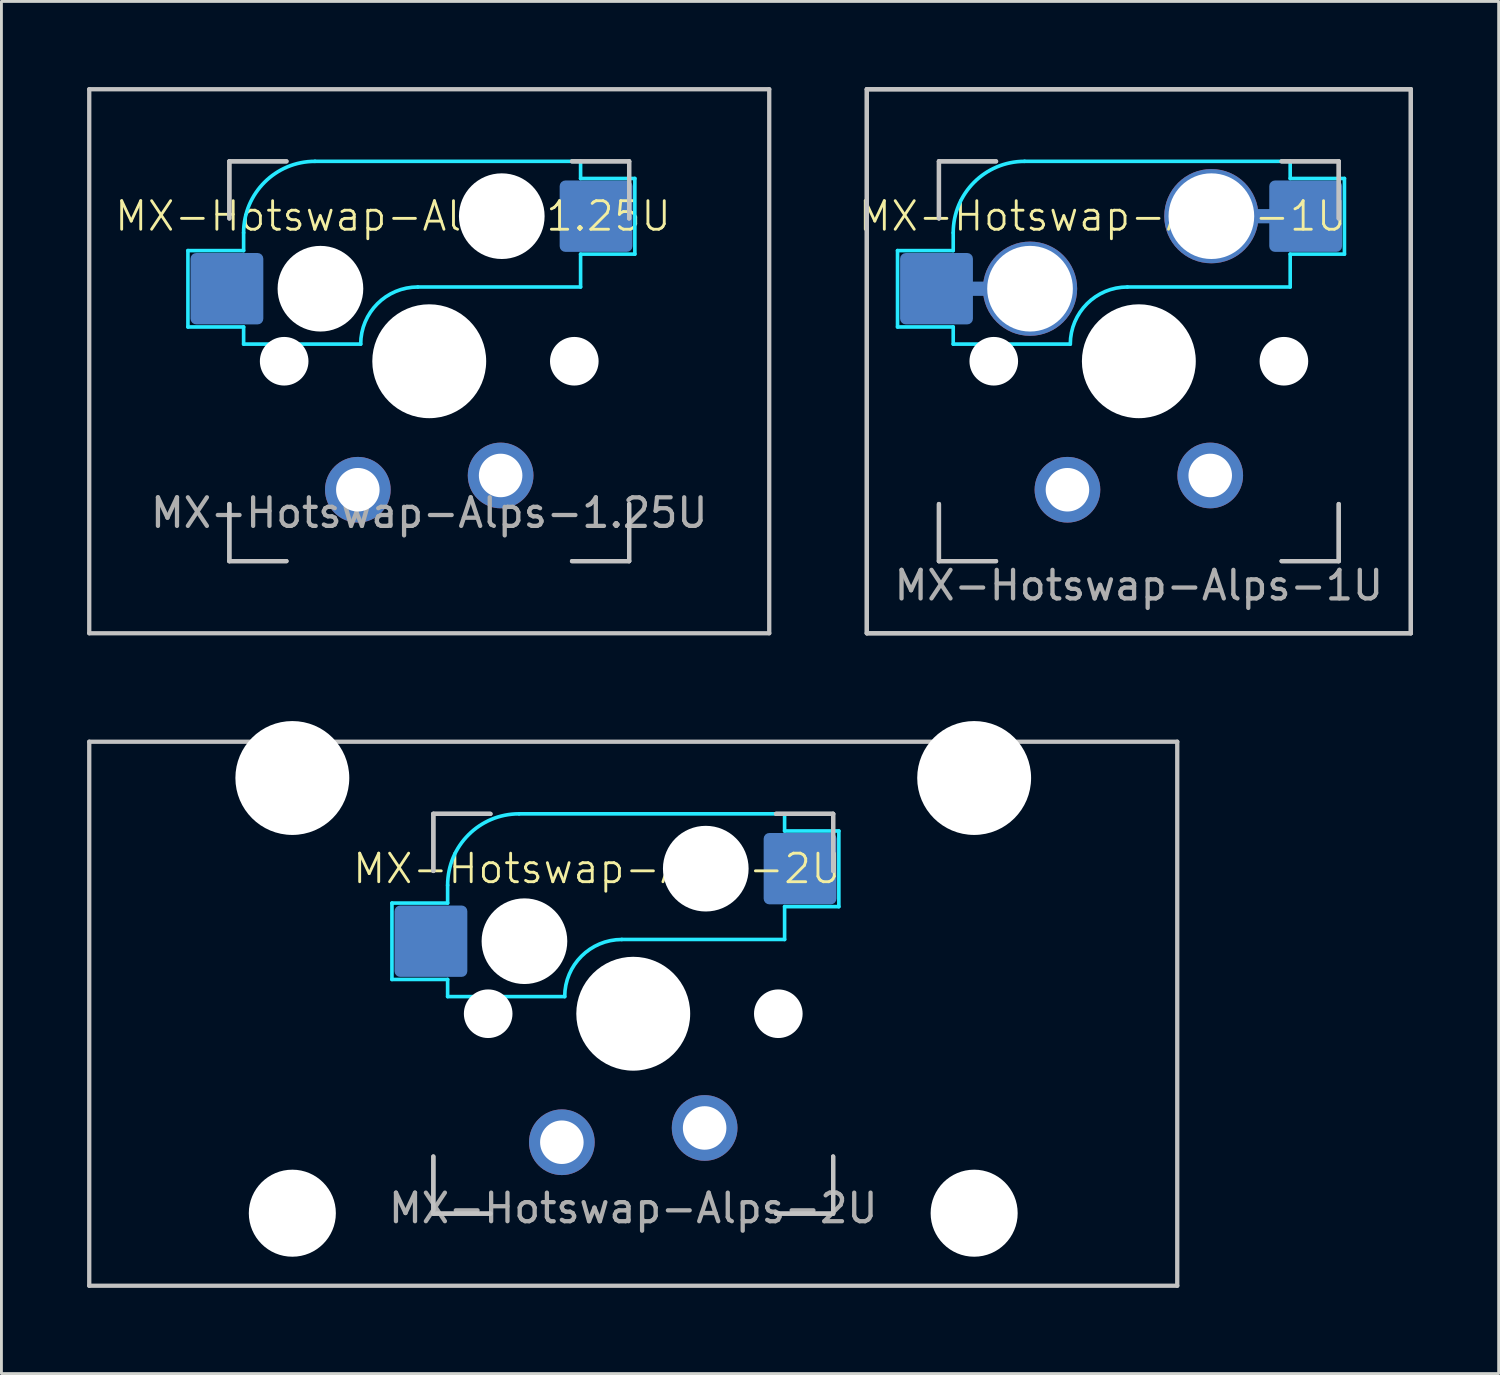
<source format=kicad_pcb>
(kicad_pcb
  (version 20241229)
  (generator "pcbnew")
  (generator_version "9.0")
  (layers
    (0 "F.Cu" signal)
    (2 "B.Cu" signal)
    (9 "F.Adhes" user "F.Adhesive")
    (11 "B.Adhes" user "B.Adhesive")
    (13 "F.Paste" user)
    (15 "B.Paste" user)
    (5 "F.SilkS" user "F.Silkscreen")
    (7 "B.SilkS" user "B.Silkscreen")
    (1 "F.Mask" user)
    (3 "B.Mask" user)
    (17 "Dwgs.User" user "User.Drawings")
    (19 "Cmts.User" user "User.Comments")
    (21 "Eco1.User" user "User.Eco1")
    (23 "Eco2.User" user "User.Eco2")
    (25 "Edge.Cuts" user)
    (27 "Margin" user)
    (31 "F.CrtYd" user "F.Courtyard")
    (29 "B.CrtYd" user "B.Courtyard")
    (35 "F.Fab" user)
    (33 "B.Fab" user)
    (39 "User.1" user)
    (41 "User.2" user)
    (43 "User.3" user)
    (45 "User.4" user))
  (footprint "MX-Hotswap-Alps-1.25U"
    (layer "F.Cu")
    (at 11.981 9.6)
    (property "Reference" "MX-Hotswap-Alps-1.25U" (at -1.27 -5.08 0) (unlocked yes) (layer "F.SilkS") (effects (font (size 1 1) (thickness 0.1))))
    (attr smd)
    (fp_line (start -11.906 9.525) (end -11.906 -9.525) (stroke (width 0.15) (type solid)) (layer "Dwgs.User"))
    (fp_line (start -7 -7) (end -7 -5) (stroke (width 0.15) (type solid)) (layer "Dwgs.User"))
    (fp_line (start -7 -7) (end -7 -5) (stroke (width 0.15) (type solid)) (layer "Dwgs.User"))
    (fp_line (start -7 5) (end -7 7) (stroke (width 0.15) (type solid)) (layer "Dwgs.User"))
    (fp_line (start -7 7) (end -7 5) (stroke (width 0.15) (type solid)) (layer "Dwgs.User"))
    (fp_line (start -7 7) (end -5 7) (stroke (width 0.15) (type solid)) (layer "Dwgs.User"))
    (fp_line (start -5 -7) (end -7 -7) (stroke (width 0.15) (type solid)) (layer "Dwgs.User"))
    (fp_line (start -5 -7) (end -7 -7) (stroke (width 0.15) (type solid)) (layer "Dwgs.User"))
    (fp_line (start -5 7) (end -7 7) (stroke (width 0.15) (type solid)) (layer "Dwgs.User"))
    (fp_line (start 5 -7) (end 7 -7) (stroke (width 0.15) (type solid)) (layer "Dwgs.User"))
    (fp_line (start 5 7) (end 7 7) (stroke (width 0.15) (type solid)) (layer "Dwgs.User"))
    (fp_line (start 5 7) (end 7 7) (stroke (width 0.15) (type solid)) (layer "Dwgs.User"))
    (fp_line (start 7 -7) (end 5 -7) (stroke (width 0.15) (type solid)) (layer "Dwgs.User"))
    (fp_line (start 7 7) (end 7 5) (stroke (width 0.15) (type solid)) (layer "Dwgs.User"))
    (fp_line (start 7 -7) (end 7 -5) (stroke (width 0.15) (type solid)) (layer "Dwgs.User"))
    (fp_line (start 7 -5) (end 7 -7) (stroke (width 0.15) (type solid)) (layer "Dwgs.User"))
    (fp_line (start 7 7) (end 7 5) (stroke (width 0.15) (type solid)) (layer "Dwgs.User"))
    (fp_line (start 11.906 -9.525) (end -11.906 -9.525) (stroke (width 0.15) (type solid)) (layer "Dwgs.User"))
    (fp_line (start 11.906 9.525) (end -11.906 9.525) (stroke (width 0.15) (type solid)) (layer "Dwgs.User"))
    (fp_line (start 11.906 9.525) (end 11.906 -9.525) (stroke (width 0.15) (type solid)) (layer "Dwgs.User"))
    (fp_line (start -8.45 -3.875) (end -8.45 -1.2) (stroke (width 0.127) (type solid)) (layer "B.CrtYd"))
    (fp_line (start -8.45 -1.2) (end -6.5 -1.2) (stroke (width 0.127) (type solid)) (layer "B.CrtYd"))
    (fp_line (start -6.5 -4.5) (end -6.5 -3.875) (stroke (width 0.127) (type solid)) (layer "B.CrtYd"))
    (fp_line (start -6.5 -3.875) (end -8.45 -3.875) (stroke (width 0.127) (type solid)) (layer "B.CrtYd"))
    (fp_line (start -6.5 -0.6) (end -6.5 -1.2) (stroke (width 0.127) (type solid)) (layer "B.CrtYd"))
    (fp_line (start -6.5 -0.6) (end -2.4 -0.6) (stroke (width 0.127) (type solid)) (layer "B.CrtYd"))
    (fp_line (start -0.4 -2.6) (end 5.3 -2.6) (stroke (width 0.127) (type solid)) (layer "B.CrtYd"))
    (fp_line (start 5.3 -7) (end -4 -7) (stroke (width 0.127) (type solid)) (layer "B.CrtYd"))
    (fp_line (start 5.3 -7) (end 5.3 -6.4) (stroke (width 0.127) (type solid)) (layer "B.CrtYd"))
    (fp_line (start 5.3 -6.4) (end 7.2 -6.4) (stroke (width 0.127) (type solid)) (layer "B.CrtYd"))
    (fp_line (start 5.3 -2.6) (end 5.3 -3.75) (stroke (width 0.127) (type solid)) (layer "B.CrtYd"))
    (fp_line (start 7.2 -6.4) (end 7.2 -3.75) (stroke (width 0.127) (type solid)) (layer "B.CrtYd"))
    (fp_line (start 7.2 -3.75) (end 5.3 -3.75) (stroke (width 0.127) (type solid)) (layer "B.CrtYd"))
    (fp_arc (start -6.5 -4.5) (mid -5.767767 -6.267767) (end -4 -7) (stroke (width 0.127) (type solid)) (layer "B.CrtYd"))
    (fp_arc (start -2.4 -0.6) (mid -1.814214 -2.014214) (end -0.4 -2.6) (stroke (width 0.127) (type solid)) (layer "B.CrtYd"))
    (fp_text user "${REFERENCE}" (at 0 5.31 0) (unlocked yes) (layer "F.Fab") (effects (font (size 1 1) (thickness 0.15))))
    (pad "" np_thru_hole circle (at -5.08 0 48.099) (size 1.702 1.702) (drill 1.702) (layers "*.Cu" "*.Mask"))
    (pad "" np_thru_hole circle (at -3.81 -2.54) (size 3 3) (drill 3) (layers "*.Cu" "*.Mask"))
    (pad "" np_thru_hole circle (at 0 0) (size 3.988 3.988) (drill 3.988) (layers "*.Cu" "*.Mask"))
    (pad "" np_thru_hole circle (at 2.54 -5.08) (size 3 3) (drill 3) (layers "*.Cu" "*.Mask"))
    (pad "" np_thru_hole circle (at 5.08 0 48.099) (size 1.702 1.702) (drill 1.702) (layers "*.Cu" "*.Mask"))
    (pad "1" smd roundrect (at -7.085 -2.54) (size 2.55 2.5) (layers "B.Cu" "B.Mask" "B.Paste") (roundrect_rratio 0.08))
    (pad "1" thru_hole circle (at -2.5 4.5 180) (size 2.3 2.3) (drill 1.524) (layers "*.Cu" "B.Mask"))
    (pad "2" thru_hole circle (at 2.5 4 180) (size 2.3 2.3) (drill 1.524) (layers "*.Cu" "B.Mask"))
    (pad "2" smd roundrect (at 5.842 -5.08) (size 2.55 2.5) (layers "B.Cu" "B.Mask" "B.Paste") (roundrect_rratio 0.08)))
  (footprint "MX-Hotswap-Alps-1U"
    (layer "F.Cu")
    (at 36.83 9.6)
    (property "Reference" "MX-Hotswap-Alps-1U" (at -1.27 -5.08 0) (unlocked yes) (layer "F.SilkS") (effects (font (size 1 1) (thickness 0.1))))
    (attr smd)
    (fp_line (start -9.525 -9.525) (end -9.525 9.525) (stroke (width 0.15) (type solid)) (layer "Dwgs.User"))
    (fp_line (start -9.525 -9.525) (end 9.525 -9.525) (stroke (width 0.15) (type solid)) (layer "Dwgs.User"))
    (fp_line (start -9.525 9.525) (end -9.525 -9.525) (stroke (width 0.15) (type solid)) (layer "Dwgs.User"))
    (fp_line (start -9.525 9.525) (end 9.525 9.525) (stroke (width 0.15) (type solid)) (layer "Dwgs.User"))
    (fp_line (start -7 -7) (end -7 -5) (stroke (width 0.15) (type solid)) (layer "Dwgs.User"))
    (fp_line (start -7 -7) (end -7 -5) (stroke (width 0.15) (type solid)) (layer "Dwgs.User"))
    (fp_line (start -7 5) (end -7 7) (stroke (width 0.15) (type solid)) (layer "Dwgs.User"))
    (fp_line (start -7 7) (end -7 5) (stroke (width 0.15) (type solid)) (layer "Dwgs.User"))
    (fp_line (start -7 7) (end -5 7) (stroke (width 0.15) (type solid)) (layer "Dwgs.User"))
    (fp_line (start -5 -7) (end -7 -7) (stroke (width 0.15) (type solid)) (layer "Dwgs.User"))
    (fp_line (start -5 -7) (end -7 -7) (stroke (width 0.15) (type solid)) (layer "Dwgs.User"))
    (fp_line (start -5 7) (end -7 7) (stroke (width 0.15) (type solid)) (layer "Dwgs.User"))
    (fp_line (start 5 -7) (end 7 -7) (stroke (width 0.15) (type solid)) (layer "Dwgs.User"))
    (fp_line (start 5 7) (end 7 7) (stroke (width 0.15) (type solid)) (layer "Dwgs.User"))
    (fp_line (start 5 7) (end 7 7) (stroke (width 0.15) (type solid)) (layer "Dwgs.User"))
    (fp_line (start 7 -5) (end 7 -7) (stroke (width 0.15) (type solid)) (layer "Dwgs.User"))
    (fp_line (start 7 -7) (end 5 -7) (stroke (width 0.15) (type solid)) (layer "Dwgs.User"))
    (fp_line (start 7 -7) (end 7 -5) (stroke (width 0.15) (type solid)) (layer "Dwgs.User"))
    (fp_line (start 7 7) (end 7 5) (stroke (width 0.15) (type solid)) (layer "Dwgs.User"))
    (fp_line (start 7 7) (end 7 5) (stroke (width 0.15) (type solid)) (layer "Dwgs.User"))
    (fp_line (start 9.525 -9.525) (end -9.525 -9.525) (stroke (width 0.15) (type solid)) (layer "Dwgs.User"))
    (fp_line (start 9.525 -9.525) (end 9.525 9.525) (stroke (width 0.15) (type solid)) (layer "Dwgs.User"))
    (fp_line (start 9.525 9.525) (end -9.525 9.525) (stroke (width 0.15) (type solid)) (layer "Dwgs.User"))
    (fp_line (start 9.525 9.525) (end 9.525 -9.525) (stroke (width 0.15) (type solid)) (layer "Dwgs.User"))
    (fp_line (start -8.45 -3.875) (end -8.45 -1.2) (stroke (width 0.127) (type solid)) (layer "B.CrtYd"))
    (fp_line (start -8.45 -1.2) (end -6.5 -1.2) (stroke (width 0.127) (type solid)) (layer "B.CrtYd"))
    (fp_line (start -6.5 -4.5) (end -6.5 -3.875) (stroke (width 0.127) (type solid)) (layer "B.CrtYd"))
    (fp_line (start -6.5 -3.875) (end -8.45 -3.875) (stroke (width 0.127) (type solid)) (layer "B.CrtYd"))
    (fp_line (start -6.5 -0.6) (end -6.5 -1.2) (stroke (width 0.127) (type solid)) (layer "B.CrtYd"))
    (fp_line (start -6.5 -0.6) (end -2.4 -0.6) (stroke (width 0.127) (type solid)) (layer "B.CrtYd"))
    (fp_line (start -0.4 -2.6) (end 5.3 -2.6) (stroke (width 0.127) (type solid)) (layer "B.CrtYd"))
    (fp_line (start 5.3 -7) (end -4 -7) (stroke (width 0.127) (type solid)) (layer "B.CrtYd"))
    (fp_line (start 5.3 -7) (end 5.3 -6.4) (stroke (width 0.127) (type solid)) (layer "B.CrtYd"))
    (fp_line (start 5.3 -6.4) (end 7.2 -6.4) (stroke (width 0.127) (type solid)) (layer "B.CrtYd"))
    (fp_line (start 5.3 -2.6) (end 5.3 -3.75) (stroke (width 0.127) (type solid)) (layer "B.CrtYd"))
    (fp_line (start 7.2 -6.4) (end 7.2 -3.75) (stroke (width 0.127) (type solid)) (layer "B.CrtYd"))
    (fp_line (start 7.2 -3.75) (end 5.3 -3.75) (stroke (width 0.127) (type solid)) (layer "B.CrtYd"))
    (fp_arc (start -6.5 -4.5) (mid -5.767767 -6.267767) (end -4 -7) (stroke (width 0.127) (type solid)) (layer "B.CrtYd"))
    (fp_arc (start -2.4 -0.6) (mid -1.814214 -2.014214) (end -0.4 -2.6) (stroke (width 0.127) (type solid)) (layer "B.CrtYd"))
    (fp_text user "${REFERENCE}" (at 0 7.85 0) (unlocked yes) (layer "F.Fab") (effects (font (size 1 1) (thickness 0.15))))
    (pad "" np_thru_hole circle (at -5.08 0 48.099) (size 1.702 1.702) (drill 1.702) (layers "*.Cu" "*.Mask"))
    (pad "" np_thru_hole circle (at 0 0) (size 3.988 3.988) (drill 3.988) (layers "*.Cu" "*.Mask"))
    (pad "" np_thru_hole circle (at 5.08 0 48.099) (size 1.702 1.702) (drill 1.702) (layers "*.Cu" "*.Mask"))
    (pad "1" smd custom (at -7.085 -2.54) (size 2.5 2.5) (layers "B.Cu" "B.Mask" "B.Paste") (options (anchor circle)) (primitives (gr_poly (pts (xy -1.275 -1.05) (xy -1.26 -1.127) (xy -1.216 -1.191) (xy -1.152 -1.235) (xy -1.075 -1.25) (xy 1.075 -1.25) (xy 1.152 -1.235) (xy 1.216 -1.191) (xy 1.26 -1.127) (xy 1.275 -1.05) (xy 1.275 1.05) (xy 1.26 1.127) (xy 1.216 1.191) (xy 1.152 1.235) (xy 1.075 1.25) (xy -1.075 1.25) (xy -1.152 1.235) (xy -1.216 1.191) (xy -1.26 1.127) (xy -1.275 1.05)) (width 0) (fill yes))))
    (pad "1" smd roundrect (at -5.46 -2.54) (size 2.5 0.5) (layers "B.Cu") (roundrect_rratio 0.08))
    (pad "1" thru_hole circle (at -3.81 -2.54) (size 3.3 3.3) (drill 3) (layers "*.Cu"))
    (pad "1" thru_hole circle (at -2.5 4.5 180) (size 2.3 2.3) (drill 1.524) (layers "*.Cu" "B.Mask"))
    (pad "2" thru_hole circle (at 2.5 4 180) (size 2.3 2.3) (drill 1.524) (layers "*.Cu" "B.Mask"))
    (pad "2" thru_hole circle (at 2.54 -5.08) (size 3.3 3.3) (drill 3) (layers "*.Cu"))
    (pad "2" smd roundrect (at 4.19 -5.08) (size 2.5 0.5) (layers "B.Cu") (roundrect_rratio 0.08))
    (pad "2" smd custom (at 5.842 -5.08) (size 2.5 2.5) (layers "B.Cu" "B.Mask" "B.Paste") (options (anchor circle)) (primitives (gr_poly (pts (xy -1.275 -1.05) (xy -1.26 -1.127) (xy -1.216 -1.191) (xy -1.152 -1.235) (xy -1.075 -1.25) (xy 1.075 -1.25) (xy 1.152 -1.235) (xy 1.216 -1.191) (xy 1.26 -1.127) (xy 1.275 -1.05) (xy 1.275 1.05) (xy 1.26 1.127) (xy 1.216 1.191) (xy 1.152 1.235) (xy 1.075 1.25) (xy -1.075 1.25) (xy -1.152 1.235) (xy -1.216 1.191) (xy -1.26 1.127) (xy -1.275 1.05)) (width 0) (fill yes)))))
  (footprint "MX-Hotswap-Alps-2U"
    (layer "F.Cu")
    (at 19.125 32.449)
    (property "Reference" "MX-Hotswap-Alps-2U" (at -1.27 -5.08 0) (unlocked yes) (layer "F.SilkS") (effects (font (size 1 1) (thickness 0.1))))
    (attr smd)
    (fp_line (start -19.05 9.525) (end -19.05 -9.525) (stroke (width 0.15) (type solid)) (layer "Dwgs.User"))
    (fp_line (start -7 -7) (end -7 -5) (stroke (width 0.15) (type solid)) (layer "Dwgs.User"))
    (fp_line (start -7 -7) (end -7 -5) (stroke (width 0.15) (type solid)) (layer "Dwgs.User"))
    (fp_line (start -7 5) (end -7 7) (stroke (width 0.15) (type solid)) (layer "Dwgs.User"))
    (fp_line (start -7 7) (end -7 5) (stroke (width 0.15) (type solid)) (layer "Dwgs.User"))
    (fp_line (start -7 7) (end -5 7) (stroke (width 0.15) (type solid)) (layer "Dwgs.User"))
    (fp_line (start -5 -7) (end -7 -7) (stroke (width 0.15) (type solid)) (layer "Dwgs.User"))
    (fp_line (start -5 -7) (end -7 -7) (stroke (width 0.15) (type solid)) (layer "Dwgs.User"))
    (fp_line (start -5 7) (end -7 7) (stroke (width 0.15) (type solid)) (layer "Dwgs.User"))
    (fp_line (start 5 -7) (end 7 -7) (stroke (width 0.15) (type solid)) (layer "Dwgs.User"))
    (fp_line (start 5 7) (end 7 7) (stroke (width 0.15) (type solid)) (layer "Dwgs.User"))
    (fp_line (start 5 7) (end 7 7) (stroke (width 0.15) (type solid)) (layer "Dwgs.User"))
    (fp_line (start 7 -7) (end 5 -7) (stroke (width 0.15) (type solid)) (layer "Dwgs.User"))
    (fp_line (start 7 7) (end 7 5) (stroke (width 0.15) (type solid)) (layer "Dwgs.User"))
    (fp_line (start 7 -7) (end 7 -5) (stroke (width 0.15) (type solid)) (layer "Dwgs.User"))
    (fp_line (start 7 -5) (end 7 -7) (stroke (width 0.15) (type solid)) (layer "Dwgs.User"))
    (fp_line (start 7 7) (end 7 5) (stroke (width 0.15) (type solid)) (layer "Dwgs.User"))
    (fp_line (start 19.05 -9.525) (end -19.05 -9.525) (stroke (width 0.15) (type solid)) (layer "Dwgs.User"))
    (fp_line (start 19.05 9.525) (end -19.05 9.525) (stroke (width 0.15) (type solid)) (layer "Dwgs.User"))
    (fp_line (start 19.05 9.525) (end 19.05 -9.525) (stroke (width 0.15) (type solid)) (layer "Dwgs.User"))
    (fp_line (start -8.45 -3.875) (end -8.45 -1.2) (stroke (width 0.127) (type solid)) (layer "B.CrtYd"))
    (fp_line (start -8.45 -1.2) (end -6.5 -1.2) (stroke (width 0.127) (type solid)) (layer "B.CrtYd"))
    (fp_line (start -6.5 -4.5) (end -6.5 -3.875) (stroke (width 0.127) (type solid)) (layer "B.CrtYd"))
    (fp_line (start -6.5 -3.875) (end -8.45 -3.875) (stroke (width 0.127) (type solid)) (layer "B.CrtYd"))
    (fp_line (start -6.5 -0.6) (end -6.5 -1.2) (stroke (width 0.127) (type solid)) (layer "B.CrtYd"))
    (fp_line (start -6.5 -0.6) (end -2.4 -0.6) (stroke (width 0.127) (type solid)) (layer "B.CrtYd"))
    (fp_line (start -0.4 -2.6) (end 5.3 -2.6) (stroke (width 0.127) (type solid)) (layer "B.CrtYd"))
    (fp_line (start 5.3 -7) (end -4 -7) (stroke (width 0.127) (type solid)) (layer "B.CrtYd"))
    (fp_line (start 5.3 -7) (end 5.3 -6.4) (stroke (width 0.127) (type solid)) (layer "B.CrtYd"))
    (fp_line (start 5.3 -6.4) (end 7.2 -6.4) (stroke (width 0.127) (type solid)) (layer "B.CrtYd"))
    (fp_line (start 5.3 -2.6) (end 5.3 -3.75) (stroke (width 0.127) (type solid)) (layer "B.CrtYd"))
    (fp_line (start 7.2 -6.4) (end 7.2 -3.75) (stroke (width 0.127) (type solid)) (layer "B.CrtYd"))
    (fp_line (start 7.2 -3.75) (end 5.3 -3.75) (stroke (width 0.127) (type solid)) (layer "B.CrtYd"))
    (fp_arc (start -6.5 -4.5) (mid -5.767767 -6.267767) (end -4 -7) (stroke (width 0.127) (type solid)) (layer "B.CrtYd"))
    (fp_arc (start -2.4 -0.6) (mid -1.814214 -2.014214) (end -0.4 -2.6) (stroke (width 0.127) (type solid)) (layer "B.CrtYd"))
    (fp_text user "${REFERENCE}" (at 0 6.81 0) (unlocked yes) (layer "F.Fab") (effects (font (size 1 1) (thickness 0.15))))
    (pad "" np_thru_hole circle (at -11.938 -8.255 180) (size 3.988 3.988) (drill 3.988) (layers "*.Cu" "*.Mask"))
    (pad "" np_thru_hole circle (at -11.938 6.985 180) (size 3.048 3.048) (drill 3.048) (layers "*.Cu" "*.Mask"))
    (pad "" np_thru_hole circle (at -5.08 0 48.099) (size 1.702 1.702) (drill 1.702) (layers "*.Cu" "*.Mask"))
    (pad "" np_thru_hole circle (at -3.81 -2.54) (size 3 3) (drill 3) (layers "*.Cu" "*.Mask"))
    (pad "" np_thru_hole circle (at 0 0) (size 3.988 3.988) (drill 3.988) (layers "*.Cu" "*.Mask"))
    (pad "" np_thru_hole circle (at 2.54 -5.08) (size 3 3) (drill 3) (layers "*.Cu" "*.Mask"))
    (pad "" np_thru_hole circle (at 5.08 0 48.099) (size 1.702 1.702) (drill 1.702) (layers "*.Cu" "*.Mask"))
    (pad "" np_thru_hole circle (at 11.938 -8.255 180) (size 3.988 3.988) (drill 3.988) (layers "*.Cu" "*.Mask"))
    (pad "" np_thru_hole circle (at 11.938 6.985 180) (size 3.048 3.048) (drill 3.048) (layers "*.Cu" "*.Mask"))
    (pad "1" smd roundrect (at -7.085 -2.54) (size 2.55 2.5) (layers "B.Cu" "B.Mask" "B.Paste") (roundrect_rratio 0.08))
    (pad "1" thru_hole circle (at -2.5 4.5 180) (size 2.3 2.3) (drill 1.524) (layers "*.Cu" "B.Mask"))
    (pad "2" thru_hole circle (at 2.5 4 180) (size 2.3 2.3) (drill 1.524) (layers "*.Cu" "B.Mask"))
    (pad "2" smd roundrect (at 5.842 -5.08) (size 2.55 2.5) (layers "B.Cu" "B.Mask" "B.Paste") (roundrect_rratio 0.08)))
  (gr_rect
    (start -3 -3)
    (end 49.43 45.049)
    (stroke (width 0.1) (type default))
    (fill no)
    (layer "Edge.Cuts")))
</source>
